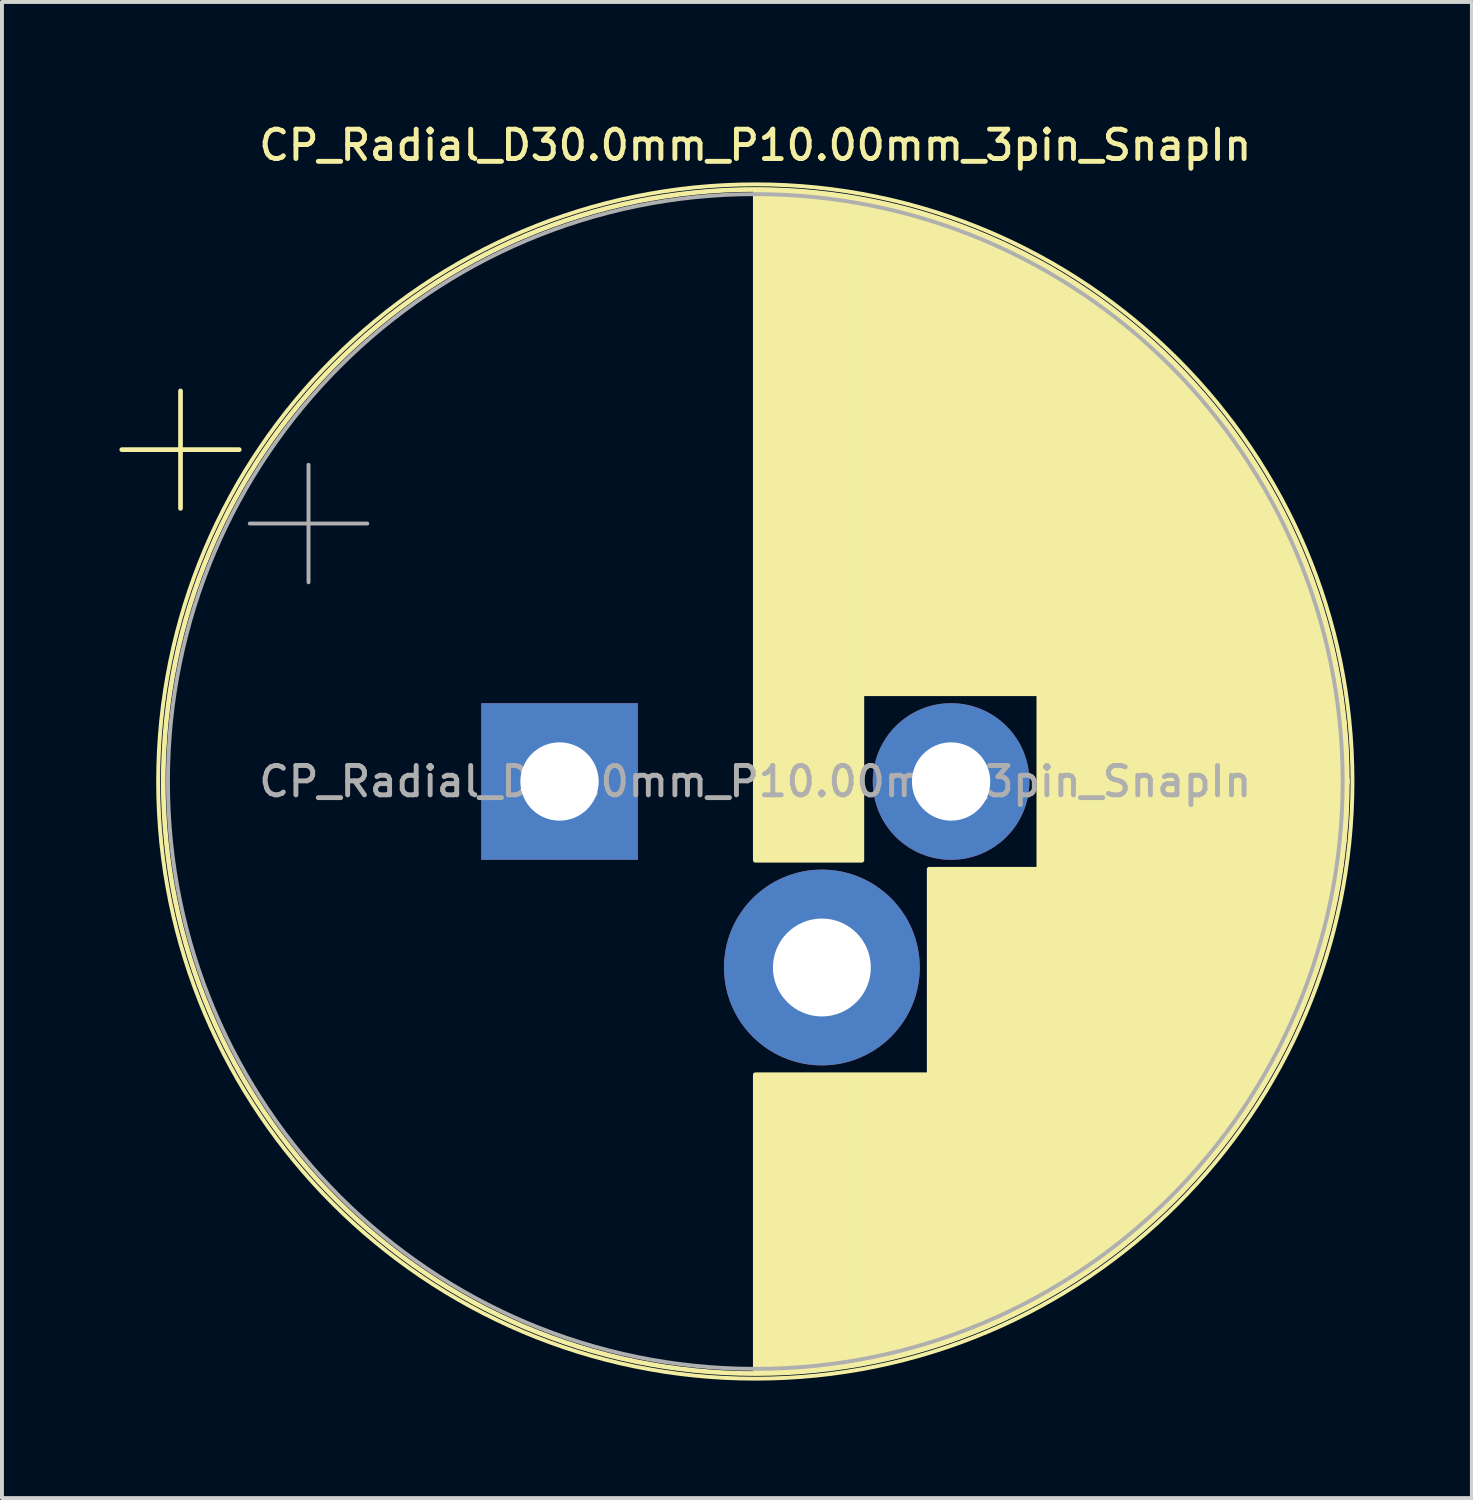
<source format=kicad_pcb>
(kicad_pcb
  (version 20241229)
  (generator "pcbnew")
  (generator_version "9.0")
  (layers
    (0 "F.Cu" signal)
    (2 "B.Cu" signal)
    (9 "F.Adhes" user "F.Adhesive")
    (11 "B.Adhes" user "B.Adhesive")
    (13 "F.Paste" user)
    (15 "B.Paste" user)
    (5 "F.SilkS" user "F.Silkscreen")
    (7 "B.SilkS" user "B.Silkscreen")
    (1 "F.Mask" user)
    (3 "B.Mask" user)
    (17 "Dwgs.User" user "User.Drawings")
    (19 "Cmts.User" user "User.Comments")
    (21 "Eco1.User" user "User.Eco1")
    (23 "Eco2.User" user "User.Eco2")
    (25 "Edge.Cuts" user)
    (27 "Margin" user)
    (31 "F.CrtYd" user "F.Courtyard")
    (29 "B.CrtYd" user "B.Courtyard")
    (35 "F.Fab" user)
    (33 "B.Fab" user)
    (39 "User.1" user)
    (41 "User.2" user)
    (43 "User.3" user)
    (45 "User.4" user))
  (footprint "CP_Radial_D30.0mm_P10.00mm_3pin_SnapIn"
    (layer "F.Cu")
    (at 11.239 16.908)
    (property "Reference" "CP_Radial_D30.0mm_P10.00mm_3pin_SnapIn" (at 5 -16.25 0) (layer "F.SilkS") (effects (font (size 0.75 0.75) (thickness 0.125))))
    (attr through_hole)
    (fp_line (start -11.179 -8.475) (end -8.179 -8.475) (stroke (width 0.12) (type solid)) (layer "F.SilkS"))
    (fp_line (start -9.679 -9.975) (end -9.679 -6.975) (stroke (width 0.12) (type solid)) (layer "F.SilkS"))
    (fp_line (start 5 -15.081) (end 5 2.01) (stroke (width 0.12) (type solid)) (layer "F.SilkS"))
    (fp_line (start 5 7.49) (end 5 15.081) (stroke (width 0.12) (type solid)) (layer "F.SilkS"))
    (fp_line (start 5.04 -15.08) (end 5.04 2.01) (stroke (width 0.12) (type solid)) (layer "F.SilkS"))
    (fp_line (start 5.04 7.49) (end 5.04 15.08) (stroke (width 0.12) (type solid)) (layer "F.SilkS"))
    (fp_line (start 5.08 -15.08) (end 5.08 2.01) (stroke (width 0.12) (type solid)) (layer "F.SilkS"))
    (fp_line (start 5.08 7.49) (end 5.08 15.08) (stroke (width 0.12) (type solid)) (layer "F.SilkS"))
    (fp_line (start 5.12 -15.08) (end 5.12 2.01) (stroke (width 0.12) (type solid)) (layer "F.SilkS"))
    (fp_line (start 5.12 7.49) (end 5.12 15.08) (stroke (width 0.12) (type solid)) (layer "F.SilkS"))
    (fp_line (start 5.16 -15.08) (end 5.16 2.01) (stroke (width 0.12) (type solid)) (layer "F.SilkS"))
    (fp_line (start 5.16 7.49) (end 5.16 15.08) (stroke (width 0.12) (type solid)) (layer "F.SilkS"))
    (fp_line (start 5.2 -15.079) (end 5.2 2.01) (stroke (width 0.12) (type solid)) (layer "F.SilkS"))
    (fp_line (start 5.2 7.49) (end 5.2 15.079) (stroke (width 0.12) (type solid)) (layer "F.SilkS"))
    (fp_line (start 5.24 -15.079) (end 5.24 2.01) (stroke (width 0.12) (type solid)) (layer "F.SilkS"))
    (fp_line (start 5.24 7.49) (end 5.24 15.079) (stroke (width 0.12) (type solid)) (layer "F.SilkS"))
    (fp_line (start 5.28 -15.078) (end 5.28 2.01) (stroke (width 0.12) (type solid)) (layer "F.SilkS"))
    (fp_line (start 5.28 7.49) (end 5.28 15.078) (stroke (width 0.12) (type solid)) (layer "F.SilkS"))
    (fp_line (start 5.32 -15.077) (end 5.32 2.01) (stroke (width 0.12) (type solid)) (layer "F.SilkS"))
    (fp_line (start 5.32 7.49) (end 5.32 15.077) (stroke (width 0.12) (type solid)) (layer "F.SilkS"))
    (fp_line (start 5.36 -15.076) (end 5.36 2.01) (stroke (width 0.12) (type solid)) (layer "F.SilkS"))
    (fp_line (start 5.36 7.49) (end 5.36 15.076) (stroke (width 0.12) (type solid)) (layer "F.SilkS"))
    (fp_line (start 5.4 -15.075) (end 5.4 2.01) (stroke (width 0.12) (type solid)) (layer "F.SilkS"))
    (fp_line (start 5.4 7.49) (end 5.4 15.075) (stroke (width 0.12) (type solid)) (layer "F.SilkS"))
    (fp_line (start 5.44 -15.074) (end 5.44 2.01) (stroke (width 0.12) (type solid)) (layer "F.SilkS"))
    (fp_line (start 5.44 7.49) (end 5.44 15.074) (stroke (width 0.12) (type solid)) (layer "F.SilkS"))
    (fp_line (start 5.48 -15.073) (end 5.48 2.01) (stroke (width 0.12) (type solid)) (layer "F.SilkS"))
    (fp_line (start 5.48 7.49) (end 5.48 15.073) (stroke (width 0.12) (type solid)) (layer "F.SilkS"))
    (fp_line (start 5.52 -15.072) (end 5.52 2.01) (stroke (width 0.12) (type solid)) (layer "F.SilkS"))
    (fp_line (start 5.52 7.49) (end 5.52 15.072) (stroke (width 0.12) (type solid)) (layer "F.SilkS"))
    (fp_line (start 5.56 -15.07) (end 5.56 2.01) (stroke (width 0.12) (type solid)) (layer "F.SilkS"))
    (fp_line (start 5.56 7.49) (end 5.56 15.07) (stroke (width 0.12) (type solid)) (layer "F.SilkS"))
    (fp_line (start 5.6 -15.069) (end 5.6 2.01) (stroke (width 0.12) (type solid)) (layer "F.SilkS"))
    (fp_line (start 5.6 7.49) (end 5.6 15.069) (stroke (width 0.12) (type solid)) (layer "F.SilkS"))
    (fp_line (start 5.64 -15.067) (end 5.64 2.01) (stroke (width 0.12) (type solid)) (layer "F.SilkS"))
    (fp_line (start 5.64 7.49) (end 5.64 15.067) (stroke (width 0.12) (type solid)) (layer "F.SilkS"))
    (fp_line (start 5.68 -15.065) (end 5.68 2.01) (stroke (width 0.12) (type solid)) (layer "F.SilkS"))
    (fp_line (start 5.68 7.49) (end 5.68 15.065) (stroke (width 0.12) (type solid)) (layer "F.SilkS"))
    (fp_line (start 5.721 -15.063) (end 5.721 2.01) (stroke (width 0.12) (type solid)) (layer "F.SilkS"))
    (fp_line (start 5.721 7.49) (end 5.721 15.063) (stroke (width 0.12) (type solid)) (layer "F.SilkS"))
    (fp_line (start 5.761 -15.061) (end 5.761 2.01) (stroke (width 0.12) (type solid)) (layer "F.SilkS"))
    (fp_line (start 5.761 7.49) (end 5.761 15.061) (stroke (width 0.12) (type solid)) (layer "F.SilkS"))
    (fp_line (start 5.801 -15.059) (end 5.801 2.01) (stroke (width 0.12) (type solid)) (layer "F.SilkS"))
    (fp_line (start 5.801 7.49) (end 5.801 15.059) (stroke (width 0.12) (type solid)) (layer "F.SilkS"))
    (fp_line (start 5.841 -15.057) (end 5.841 2.01) (stroke (width 0.12) (type solid)) (layer "F.SilkS"))
    (fp_line (start 5.841 7.49) (end 5.841 15.057) (stroke (width 0.12) (type solid)) (layer "F.SilkS"))
    (fp_line (start 5.881 -15.055) (end 5.881 2.01) (stroke (width 0.12) (type solid)) (layer "F.SilkS"))
    (fp_line (start 5.881 7.49) (end 5.881 15.055) (stroke (width 0.12) (type solid)) (layer "F.SilkS"))
    (fp_line (start 5.921 -15.052) (end 5.921 2.01) (stroke (width 0.12) (type solid)) (layer "F.SilkS"))
    (fp_line (start 5.921 7.49) (end 5.921 15.052) (stroke (width 0.12) (type solid)) (layer "F.SilkS"))
    (fp_line (start 5.961 -15.05) (end 5.961 2.01) (stroke (width 0.12) (type solid)) (layer "F.SilkS"))
    (fp_line (start 5.961 7.49) (end 5.961 15.05) (stroke (width 0.12) (type solid)) (layer "F.SilkS"))
    (fp_line (start 6.001 -15.047) (end 6.001 2.01) (stroke (width 0.12) (type solid)) (layer "F.SilkS"))
    (fp_line (start 6.001 7.49) (end 6.001 15.047) (stroke (width 0.12) (type solid)) (layer "F.SilkS"))
    (fp_line (start 6.041 -15.045) (end 6.041 2.01) (stroke (width 0.12) (type solid)) (layer "F.SilkS"))
    (fp_line (start 6.041 7.49) (end 6.041 15.045) (stroke (width 0.12) (type solid)) (layer "F.SilkS"))
    (fp_line (start 6.081 -15.042) (end 6.081 2.01) (stroke (width 0.12) (type solid)) (layer "F.SilkS"))
    (fp_line (start 6.081 7.49) (end 6.081 15.042) (stroke (width 0.12) (type solid)) (layer "F.SilkS"))
    (fp_line (start 6.121 -15.039) (end 6.121 2.01) (stroke (width 0.12) (type solid)) (layer "F.SilkS"))
    (fp_line (start 6.121 7.49) (end 6.121 15.039) (stroke (width 0.12) (type solid)) (layer "F.SilkS"))
    (fp_line (start 6.161 -15.036) (end 6.161 2.01) (stroke (width 0.12) (type solid)) (layer "F.SilkS"))
    (fp_line (start 6.161 7.49) (end 6.161 15.036) (stroke (width 0.12) (type solid)) (layer "F.SilkS"))
    (fp_line (start 6.201 -15.033) (end 6.201 2.01) (stroke (width 0.12) (type solid)) (layer "F.SilkS"))
    (fp_line (start 6.201 7.49) (end 6.201 15.033) (stroke (width 0.12) (type solid)) (layer "F.SilkS"))
    (fp_line (start 6.241 -15.03) (end 6.241 2.01) (stroke (width 0.12) (type solid)) (layer "F.SilkS"))
    (fp_line (start 6.241 7.49) (end 6.241 15.03) (stroke (width 0.12) (type solid)) (layer "F.SilkS"))
    (fp_line (start 6.281 -15.026) (end 6.281 2.01) (stroke (width 0.12) (type solid)) (layer "F.SilkS"))
    (fp_line (start 6.281 7.49) (end 6.281 15.026) (stroke (width 0.12) (type solid)) (layer "F.SilkS"))
    (fp_line (start 6.321 -15.023) (end 6.321 2.01) (stroke (width 0.12) (type solid)) (layer "F.SilkS"))
    (fp_line (start 6.321 7.49) (end 6.321 15.023) (stroke (width 0.12) (type solid)) (layer "F.SilkS"))
    (fp_line (start 6.361 -15.019) (end 6.361 2.01) (stroke (width 0.12) (type solid)) (layer "F.SilkS"))
    (fp_line (start 6.361 7.49) (end 6.361 15.019) (stroke (width 0.12) (type solid)) (layer "F.SilkS"))
    (fp_line (start 6.401 -15.016) (end 6.401 2.01) (stroke (width 0.12) (type solid)) (layer "F.SilkS"))
    (fp_line (start 6.401 7.49) (end 6.401 15.016) (stroke (width 0.12) (type solid)) (layer "F.SilkS"))
    (fp_line (start 6.441 -15.012) (end 6.441 2.01) (stroke (width 0.12) (type solid)) (layer "F.SilkS"))
    (fp_line (start 6.441 7.49) (end 6.441 15.012) (stroke (width 0.12) (type solid)) (layer "F.SilkS"))
    (fp_line (start 6.481 -15.008) (end 6.481 2.01) (stroke (width 0.12) (type solid)) (layer "F.SilkS"))
    (fp_line (start 6.481 7.49) (end 6.481 15.008) (stroke (width 0.12) (type solid)) (layer "F.SilkS"))
    (fp_line (start 6.521 -15.004) (end 6.521 2.01) (stroke (width 0.12) (type solid)) (layer "F.SilkS"))
    (fp_line (start 6.521 7.49) (end 6.521 15.004) (stroke (width 0.12) (type solid)) (layer "F.SilkS"))
    (fp_line (start 6.561 -15) (end 6.561 2.01) (stroke (width 0.12) (type solid)) (layer "F.SilkS"))
    (fp_line (start 6.561 7.49) (end 6.561 15) (stroke (width 0.12) (type solid)) (layer "F.SilkS"))
    (fp_line (start 6.601 -14.996) (end 6.601 2.01) (stroke (width 0.12) (type solid)) (layer "F.SilkS"))
    (fp_line (start 6.601 7.49) (end 6.601 14.996) (stroke (width 0.12) (type solid)) (layer "F.SilkS"))
    (fp_line (start 6.641 -14.991) (end 6.641 2.01) (stroke (width 0.12) (type solid)) (layer "F.SilkS"))
    (fp_line (start 6.641 7.49) (end 6.641 14.991) (stroke (width 0.12) (type solid)) (layer "F.SilkS"))
    (fp_line (start 6.681 -14.987) (end 6.681 2.01) (stroke (width 0.12) (type solid)) (layer "F.SilkS"))
    (fp_line (start 6.681 7.49) (end 6.681 14.987) (stroke (width 0.12) (type solid)) (layer "F.SilkS"))
    (fp_line (start 6.721 -14.982) (end 6.721 2.01) (stroke (width 0.12) (type solid)) (layer "F.SilkS"))
    (fp_line (start 6.721 7.49) (end 6.721 14.982) (stroke (width 0.12) (type solid)) (layer "F.SilkS"))
    (fp_line (start 6.761 -14.978) (end 6.761 2.01) (stroke (width 0.12) (type solid)) (layer "F.SilkS"))
    (fp_line (start 6.761 7.49) (end 6.761 14.978) (stroke (width 0.12) (type solid)) (layer "F.SilkS"))
    (fp_line (start 6.801 -14.973) (end 6.801 2.01) (stroke (width 0.12) (type solid)) (layer "F.SilkS"))
    (fp_line (start 6.801 7.49) (end 6.801 14.973) (stroke (width 0.12) (type solid)) (layer "F.SilkS"))
    (fp_line (start 6.841 -14.968) (end 6.841 2.01) (stroke (width 0.12) (type solid)) (layer "F.SilkS"))
    (fp_line (start 6.841 7.49) (end 6.841 14.968) (stroke (width 0.12) (type solid)) (layer "F.SilkS"))
    (fp_line (start 6.881 -14.963) (end 6.881 2.01) (stroke (width 0.12) (type solid)) (layer "F.SilkS"))
    (fp_line (start 6.881 7.49) (end 6.881 14.963) (stroke (width 0.12) (type solid)) (layer "F.SilkS"))
    (fp_line (start 6.921 -14.958) (end 6.921 2.01) (stroke (width 0.12) (type solid)) (layer "F.SilkS"))
    (fp_line (start 6.921 7.49) (end 6.921 14.958) (stroke (width 0.12) (type solid)) (layer "F.SilkS"))
    (fp_line (start 6.961 -14.953) (end 6.961 2.01) (stroke (width 0.12) (type solid)) (layer "F.SilkS"))
    (fp_line (start 6.961 7.49) (end 6.961 14.953) (stroke (width 0.12) (type solid)) (layer "F.SilkS"))
    (fp_line (start 7.001 -14.948) (end 7.001 2.01) (stroke (width 0.12) (type solid)) (layer "F.SilkS"))
    (fp_line (start 7.001 7.49) (end 7.001 14.948) (stroke (width 0.12) (type solid)) (layer "F.SilkS"))
    (fp_line (start 7.041 -14.942) (end 7.041 2.01) (stroke (width 0.12) (type solid)) (layer "F.SilkS"))
    (fp_line (start 7.041 7.49) (end 7.041 14.942) (stroke (width 0.12) (type solid)) (layer "F.SilkS"))
    (fp_line (start 7.081 -14.937) (end 7.081 2.01) (stroke (width 0.12) (type solid)) (layer "F.SilkS"))
    (fp_line (start 7.081 7.49) (end 7.081 14.937) (stroke (width 0.12) (type solid)) (layer "F.SilkS"))
    (fp_line (start 7.121 -14.931) (end 7.121 2.01) (stroke (width 0.12) (type solid)) (layer "F.SilkS"))
    (fp_line (start 7.121 7.49) (end 7.121 14.931) (stroke (width 0.12) (type solid)) (layer "F.SilkS"))
    (fp_line (start 7.161 -14.925) (end 7.161 2.01) (stroke (width 0.12) (type solid)) (layer "F.SilkS"))
    (fp_line (start 7.161 7.49) (end 7.161 14.925) (stroke (width 0.12) (type solid)) (layer "F.SilkS"))
    (fp_line (start 7.201 -14.92) (end 7.201 2.01) (stroke (width 0.12) (type solid)) (layer "F.SilkS"))
    (fp_line (start 7.201 7.49) (end 7.201 14.92) (stroke (width 0.12) (type solid)) (layer "F.SilkS"))
    (fp_line (start 7.241 -14.914) (end 7.241 2.01) (stroke (width 0.12) (type solid)) (layer "F.SilkS"))
    (fp_line (start 7.241 7.49) (end 7.241 14.914) (stroke (width 0.12) (type solid)) (layer "F.SilkS"))
    (fp_line (start 7.281 -14.908) (end 7.281 2.01) (stroke (width 0.12) (type solid)) (layer "F.SilkS"))
    (fp_line (start 7.281 7.49) (end 7.281 14.908) (stroke (width 0.12) (type solid)) (layer "F.SilkS"))
    (fp_line (start 7.321 -14.901) (end 7.321 2.01) (stroke (width 0.12) (type solid)) (layer "F.SilkS"))
    (fp_line (start 7.321 7.49) (end 7.321 14.901) (stroke (width 0.12) (type solid)) (layer "F.SilkS"))
    (fp_line (start 7.361 -14.895) (end 7.361 2.01) (stroke (width 0.12) (type solid)) (layer "F.SilkS"))
    (fp_line (start 7.361 7.49) (end 7.361 14.895) (stroke (width 0.12) (type solid)) (layer "F.SilkS"))
    (fp_line (start 7.401 -14.889) (end 7.401 2.01) (stroke (width 0.12) (type solid)) (layer "F.SilkS"))
    (fp_line (start 7.401 7.49) (end 7.401 14.889) (stroke (width 0.12) (type solid)) (layer "F.SilkS"))
    (fp_line (start 7.441 -14.882) (end 7.441 2.01) (stroke (width 0.12) (type solid)) (layer "F.SilkS"))
    (fp_line (start 7.441 7.49) (end 7.441 14.882) (stroke (width 0.12) (type solid)) (layer "F.SilkS"))
    (fp_line (start 7.481 -14.876) (end 7.481 2.01) (stroke (width 0.12) (type solid)) (layer "F.SilkS"))
    (fp_line (start 7.481 7.49) (end 7.481 14.876) (stroke (width 0.12) (type solid)) (layer "F.SilkS"))
    (fp_line (start 7.521 -14.869) (end 7.521 2.01) (stroke (width 0.12) (type solid)) (layer "F.SilkS"))
    (fp_line (start 7.521 7.49) (end 7.521 14.869) (stroke (width 0.12) (type solid)) (layer "F.SilkS"))
    (fp_line (start 7.561 -14.862) (end 7.561 2.01) (stroke (width 0.12) (type solid)) (layer "F.SilkS"))
    (fp_line (start 7.561 7.49) (end 7.561 14.862) (stroke (width 0.12) (type solid)) (layer "F.SilkS"))
    (fp_line (start 7.601 -14.855) (end 7.601 2.01) (stroke (width 0.12) (type solid)) (layer "F.SilkS"))
    (fp_line (start 7.601 7.49) (end 7.601 14.855) (stroke (width 0.12) (type solid)) (layer "F.SilkS"))
    (fp_line (start 7.641 -14.848) (end 7.641 2.01) (stroke (width 0.12) (type solid)) (layer "F.SilkS"))
    (fp_line (start 7.641 7.49) (end 7.641 14.848) (stroke (width 0.12) (type solid)) (layer "F.SilkS"))
    (fp_line (start 7.681 -14.841) (end 7.681 2.01) (stroke (width 0.12) (type solid)) (layer "F.SilkS"))
    (fp_line (start 7.681 7.49) (end 7.681 14.841) (stroke (width 0.12) (type solid)) (layer "F.SilkS"))
    (fp_line (start 7.721 -14.834) (end 7.721 2.01) (stroke (width 0.12) (type solid)) (layer "F.SilkS"))
    (fp_line (start 7.721 7.49) (end 7.721 14.834) (stroke (width 0.12) (type solid)) (layer "F.SilkS"))
    (fp_line (start 7.761 -14.826) (end 7.761 -2.24) (stroke (width 0.12) (type solid)) (layer "F.SilkS"))
    (fp_line (start 7.761 7.49) (end 7.761 14.826) (stroke (width 0.12) (type solid)) (layer "F.SilkS"))
    (fp_line (start 7.801 -14.819) (end 7.801 -2.24) (stroke (width 0.12) (type solid)) (layer "F.SilkS"))
    (fp_line (start 7.801 7.49) (end 7.801 14.819) (stroke (width 0.12) (type solid)) (layer "F.SilkS"))
    (fp_line (start 7.841 -14.811) (end 7.841 -2.24) (stroke (width 0.12) (type solid)) (layer "F.SilkS"))
    (fp_line (start 7.841 7.49) (end 7.841 14.811) (stroke (width 0.12) (type solid)) (layer "F.SilkS"))
    (fp_line (start 7.881 -14.804) (end 7.881 -2.24) (stroke (width 0.12) (type solid)) (layer "F.SilkS"))
    (fp_line (start 7.881 7.49) (end 7.881 14.804) (stroke (width 0.12) (type solid)) (layer "F.SilkS"))
    (fp_line (start 7.921 -14.796) (end 7.921 -2.24) (stroke (width 0.12) (type solid)) (layer "F.SilkS"))
    (fp_line (start 7.921 7.49) (end 7.921 14.796) (stroke (width 0.12) (type solid)) (layer "F.SilkS"))
    (fp_line (start 7.961 -14.788) (end 7.961 -2.24) (stroke (width 0.12) (type solid)) (layer "F.SilkS"))
    (fp_line (start 7.961 7.49) (end 7.961 14.788) (stroke (width 0.12) (type solid)) (layer "F.SilkS"))
    (fp_line (start 8.001 -14.78) (end 8.001 -2.24) (stroke (width 0.12) (type solid)) (layer "F.SilkS"))
    (fp_line (start 8.001 7.49) (end 8.001 14.78) (stroke (width 0.12) (type solid)) (layer "F.SilkS"))
    (fp_line (start 8.041 -14.772) (end 8.041 -2.24) (stroke (width 0.12) (type solid)) (layer "F.SilkS"))
    (fp_line (start 8.041 7.49) (end 8.041 14.772) (stroke (width 0.12) (type solid)) (layer "F.SilkS"))
    (fp_line (start 8.081 -14.763) (end 8.081 -2.24) (stroke (width 0.12) (type solid)) (layer "F.SilkS"))
    (fp_line (start 8.081 7.49) (end 8.081 14.763) (stroke (width 0.12) (type solid)) (layer "F.SilkS"))
    (fp_line (start 8.121 -14.755) (end 8.121 -2.24) (stroke (width 0.12) (type solid)) (layer "F.SilkS"))
    (fp_line (start 8.121 7.49) (end 8.121 14.755) (stroke (width 0.12) (type solid)) (layer "F.SilkS"))
    (fp_line (start 8.161 -14.747) (end 8.161 -2.24) (stroke (width 0.12) (type solid)) (layer "F.SilkS"))
    (fp_line (start 8.161 7.49) (end 8.161 14.747) (stroke (width 0.12) (type solid)) (layer "F.SilkS"))
    (fp_line (start 8.201 -14.738) (end 8.201 -2.24) (stroke (width 0.12) (type solid)) (layer "F.SilkS"))
    (fp_line (start 8.201 7.49) (end 8.201 14.738) (stroke (width 0.12) (type solid)) (layer "F.SilkS"))
    (fp_line (start 8.241 -14.729) (end 8.241 -2.24) (stroke (width 0.12) (type solid)) (layer "F.SilkS"))
    (fp_line (start 8.241 7.49) (end 8.241 14.729) (stroke (width 0.12) (type solid)) (layer "F.SilkS"))
    (fp_line (start 8.281 -14.72) (end 8.281 -2.24) (stroke (width 0.12) (type solid)) (layer "F.SilkS"))
    (fp_line (start 8.281 7.49) (end 8.281 14.72) (stroke (width 0.12) (type solid)) (layer "F.SilkS"))
    (fp_line (start 8.321 -14.711) (end 8.321 -2.24) (stroke (width 0.12) (type solid)) (layer "F.SilkS"))
    (fp_line (start 8.321 7.49) (end 8.321 14.711) (stroke (width 0.12) (type solid)) (layer "F.SilkS"))
    (fp_line (start 8.361 -14.702) (end 8.361 -2.24) (stroke (width 0.12) (type solid)) (layer "F.SilkS"))
    (fp_line (start 8.361 7.49) (end 8.361 14.702) (stroke (width 0.12) (type solid)) (layer "F.SilkS"))
    (fp_line (start 8.401 -14.693) (end 8.401 -2.24) (stroke (width 0.12) (type solid)) (layer "F.SilkS"))
    (fp_line (start 8.401 7.49) (end 8.401 14.693) (stroke (width 0.12) (type solid)) (layer "F.SilkS"))
    (fp_line (start 8.441 -14.684) (end 8.441 -2.24) (stroke (width 0.12) (type solid)) (layer "F.SilkS"))
    (fp_line (start 8.441 7.49) (end 8.441 14.684) (stroke (width 0.12) (type solid)) (layer "F.SilkS"))
    (fp_line (start 8.481 -14.675) (end 8.481 -2.24) (stroke (width 0.12) (type solid)) (layer "F.SilkS"))
    (fp_line (start 8.481 7.49) (end 8.481 14.675) (stroke (width 0.12) (type solid)) (layer "F.SilkS"))
    (fp_line (start 8.521 -14.665) (end 8.521 -2.24) (stroke (width 0.12) (type solid)) (layer "F.SilkS"))
    (fp_line (start 8.521 7.49) (end 8.521 14.665) (stroke (width 0.12) (type solid)) (layer "F.SilkS"))
    (fp_line (start 8.561 -14.655) (end 8.561 -2.24) (stroke (width 0.12) (type solid)) (layer "F.SilkS"))
    (fp_line (start 8.561 7.49) (end 8.561 14.655) (stroke (width 0.12) (type solid)) (layer "F.SilkS"))
    (fp_line (start 8.601 -14.646) (end 8.601 -2.24) (stroke (width 0.12) (type solid)) (layer "F.SilkS"))
    (fp_line (start 8.601 7.49) (end 8.601 14.646) (stroke (width 0.12) (type solid)) (layer "F.SilkS"))
    (fp_line (start 8.641 -14.636) (end 8.641 -2.24) (stroke (width 0.12) (type solid)) (layer "F.SilkS"))
    (fp_line (start 8.641 7.49) (end 8.641 14.636) (stroke (width 0.12) (type solid)) (layer "F.SilkS"))
    (fp_line (start 8.681 -14.626) (end 8.681 -2.24) (stroke (width 0.12) (type solid)) (layer "F.SilkS"))
    (fp_line (start 8.681 7.49) (end 8.681 14.626) (stroke (width 0.12) (type solid)) (layer "F.SilkS"))
    (fp_line (start 8.721 -14.616) (end 8.721 -2.24) (stroke (width 0.12) (type solid)) (layer "F.SilkS"))
    (fp_line (start 8.721 7.49) (end 8.721 14.616) (stroke (width 0.12) (type solid)) (layer "F.SilkS"))
    (fp_line (start 8.761 -14.606) (end 8.761 -2.24) (stroke (width 0.12) (type solid)) (layer "F.SilkS"))
    (fp_line (start 8.761 7.49) (end 8.761 14.606) (stroke (width 0.12) (type solid)) (layer "F.SilkS"))
    (fp_line (start 8.801 -14.595) (end 8.801 -2.24) (stroke (width 0.12) (type solid)) (layer "F.SilkS"))
    (fp_line (start 8.801 7.49) (end 8.801 14.595) (stroke (width 0.12) (type solid)) (layer "F.SilkS"))
    (fp_line (start 8.841 -14.585) (end 8.841 -2.24) (stroke (width 0.12) (type solid)) (layer "F.SilkS"))
    (fp_line (start 8.841 7.49) (end 8.841 14.585) (stroke (width 0.12) (type solid)) (layer "F.SilkS"))
    (fp_line (start 8.881 -14.574) (end 8.881 -2.24) (stroke (width 0.12) (type solid)) (layer "F.SilkS"))
    (fp_line (start 8.881 7.49) (end 8.881 14.574) (stroke (width 0.12) (type solid)) (layer "F.SilkS"))
    (fp_line (start 8.921 -14.564) (end 8.921 -2.24) (stroke (width 0.12) (type solid)) (layer "F.SilkS"))
    (fp_line (start 8.921 7.49) (end 8.921 14.564) (stroke (width 0.12) (type solid)) (layer "F.SilkS"))
    (fp_line (start 8.961 -14.553) (end 8.961 -2.24) (stroke (width 0.12) (type solid)) (layer "F.SilkS"))
    (fp_line (start 8.961 7.49) (end 8.961 14.553) (stroke (width 0.12) (type solid)) (layer "F.SilkS"))
    (fp_line (start 9.001 -14.542) (end 9.001 -2.24) (stroke (width 0.12) (type solid)) (layer "F.SilkS"))
    (fp_line (start 9.001 7.49) (end 9.001 14.542) (stroke (width 0.12) (type solid)) (layer "F.SilkS"))
    (fp_line (start 9.041 -14.531) (end 9.041 -2.24) (stroke (width 0.12) (type solid)) (layer "F.SilkS"))
    (fp_line (start 9.041 7.49) (end 9.041 14.531) (stroke (width 0.12) (type solid)) (layer "F.SilkS"))
    (fp_line (start 9.081 -14.52) (end 9.081 -2.24) (stroke (width 0.12) (type solid)) (layer "F.SilkS"))
    (fp_line (start 9.081 7.49) (end 9.081 14.52) (stroke (width 0.12) (type solid)) (layer "F.SilkS"))
    (fp_line (start 9.121 -14.508) (end 9.121 -2.24) (stroke (width 0.12) (type solid)) (layer "F.SilkS"))
    (fp_line (start 9.121 7.49) (end 9.121 14.508) (stroke (width 0.12) (type solid)) (layer "F.SilkS"))
    (fp_line (start 9.161 -14.497) (end 9.161 -2.24) (stroke (width 0.12) (type solid)) (layer "F.SilkS"))
    (fp_line (start 9.161 7.49) (end 9.161 14.497) (stroke (width 0.12) (type solid)) (layer "F.SilkS"))
    (fp_line (start 9.201 -14.485) (end 9.201 -2.24) (stroke (width 0.12) (type solid)) (layer "F.SilkS"))
    (fp_line (start 9.201 7.49) (end 9.201 14.485) (stroke (width 0.12) (type solid)) (layer "F.SilkS"))
    (fp_line (start 9.241 -14.474) (end 9.241 -2.24) (stroke (width 0.12) (type solid)) (layer "F.SilkS"))
    (fp_line (start 9.241 7.49) (end 9.241 14.474) (stroke (width 0.12) (type solid)) (layer "F.SilkS"))
    (fp_line (start 9.281 -14.462) (end 9.281 -2.24) (stroke (width 0.12) (type solid)) (layer "F.SilkS"))
    (fp_line (start 9.281 7.49) (end 9.281 14.462) (stroke (width 0.12) (type solid)) (layer "F.SilkS"))
    (fp_line (start 9.321 -14.45) (end 9.321 -2.24) (stroke (width 0.12) (type solid)) (layer "F.SilkS"))
    (fp_line (start 9.321 7.49) (end 9.321 14.45) (stroke (width 0.12) (type solid)) (layer "F.SilkS"))
    (fp_line (start 9.361 -14.438) (end 9.361 -2.24) (stroke (width 0.12) (type solid)) (layer "F.SilkS"))
    (fp_line (start 9.361 7.49) (end 9.361 14.438) (stroke (width 0.12) (type solid)) (layer "F.SilkS"))
    (fp_line (start 9.401 -14.426) (end 9.401 -2.24) (stroke (width 0.12) (type solid)) (layer "F.SilkS"))
    (fp_line (start 9.401 7.49) (end 9.401 14.426) (stroke (width 0.12) (type solid)) (layer "F.SilkS"))
    (fp_line (start 9.441 -14.414) (end 9.441 -2.24) (stroke (width 0.12) (type solid)) (layer "F.SilkS"))
    (fp_line (start 9.441 2.24) (end 9.441 14.414) (stroke (width 0.12) (type solid)) (layer "F.SilkS"))
    (fp_line (start 9.481 -14.402) (end 9.481 -2.24) (stroke (width 0.12) (type solid)) (layer "F.SilkS"))
    (fp_line (start 9.481 2.24) (end 9.481 14.402) (stroke (width 0.12) (type solid)) (layer "F.SilkS"))
    (fp_line (start 9.521 -14.389) (end 9.521 -2.24) (stroke (width 0.12) (type solid)) (layer "F.SilkS"))
    (fp_line (start 9.521 2.24) (end 9.521 14.389) (stroke (width 0.12) (type solid)) (layer "F.SilkS"))
    (fp_line (start 9.561 -14.376) (end 9.561 -2.24) (stroke (width 0.12) (type solid)) (layer "F.SilkS"))
    (fp_line (start 9.561 2.24) (end 9.561 14.376) (stroke (width 0.12) (type solid)) (layer "F.SilkS"))
    (fp_line (start 9.601 -14.364) (end 9.601 -2.24) (stroke (width 0.12) (type solid)) (layer "F.SilkS"))
    (fp_line (start 9.601 2.24) (end 9.601 14.364) (stroke (width 0.12) (type solid)) (layer "F.SilkS"))
    (fp_line (start 9.641 -14.351) (end 9.641 -2.24) (stroke (width 0.12) (type solid)) (layer "F.SilkS"))
    (fp_line (start 9.641 2.24) (end 9.641 14.351) (stroke (width 0.12) (type solid)) (layer "F.SilkS"))
    (fp_line (start 9.681 -14.338) (end 9.681 -2.24) (stroke (width 0.12) (type solid)) (layer "F.SilkS"))
    (fp_line (start 9.681 2.24) (end 9.681 14.338) (stroke (width 0.12) (type solid)) (layer "F.SilkS"))
    (fp_line (start 9.721 -14.325) (end 9.721 -2.24) (stroke (width 0.12) (type solid)) (layer "F.SilkS"))
    (fp_line (start 9.721 2.24) (end 9.721 14.325) (stroke (width 0.12) (type solid)) (layer "F.SilkS"))
    (fp_line (start 9.761 -14.312) (end 9.761 -2.24) (stroke (width 0.12) (type solid)) (layer "F.SilkS"))
    (fp_line (start 9.761 2.24) (end 9.761 14.312) (stroke (width 0.12) (type solid)) (layer "F.SilkS"))
    (fp_line (start 9.801 -14.298) (end 9.801 -2.24) (stroke (width 0.12) (type solid)) (layer "F.SilkS"))
    (fp_line (start 9.801 2.24) (end 9.801 14.298) (stroke (width 0.12) (type solid)) (layer "F.SilkS"))
    (fp_line (start 9.841 -14.285) (end 9.841 -2.24) (stroke (width 0.12) (type solid)) (layer "F.SilkS"))
    (fp_line (start 9.841 2.24) (end 9.841 14.285) (stroke (width 0.12) (type solid)) (layer "F.SilkS"))
    (fp_line (start 9.881 -14.271) (end 9.881 -2.24) (stroke (width 0.12) (type solid)) (layer "F.SilkS"))
    (fp_line (start 9.881 2.24) (end 9.881 14.271) (stroke (width 0.12) (type solid)) (layer "F.SilkS"))
    (fp_line (start 9.921 -14.258) (end 9.921 -2.24) (stroke (width 0.12) (type solid)) (layer "F.SilkS"))
    (fp_line (start 9.921 2.24) (end 9.921 14.258) (stroke (width 0.12) (type solid)) (layer "F.SilkS"))
    (fp_line (start 9.961 -14.244) (end 9.961 -2.24) (stroke (width 0.12) (type solid)) (layer "F.SilkS"))
    (fp_line (start 9.961 2.24) (end 9.961 14.244) (stroke (width 0.12) (type solid)) (layer "F.SilkS"))
    (fp_line (start 10.001 -14.23) (end 10.001 -2.24) (stroke (width 0.12) (type solid)) (layer "F.SilkS"))
    (fp_line (start 10.001 2.24) (end 10.001 14.23) (stroke (width 0.12) (type solid)) (layer "F.SilkS"))
    (fp_line (start 10.041 -14.216) (end 10.041 -2.24) (stroke (width 0.12) (type solid)) (layer "F.SilkS"))
    (fp_line (start 10.041 2.24) (end 10.041 14.216) (stroke (width 0.12) (type solid)) (layer "F.SilkS"))
    (fp_line (start 10.081 -14.202) (end 10.081 -2.24) (stroke (width 0.12) (type solid)) (layer "F.SilkS"))
    (fp_line (start 10.081 2.24) (end 10.081 14.202) (stroke (width 0.12) (type solid)) (layer "F.SilkS"))
    (fp_line (start 10.121 -14.187) (end 10.121 -2.24) (stroke (width 0.12) (type solid)) (layer "F.SilkS"))
    (fp_line (start 10.121 2.24) (end 10.121 14.187) (stroke (width 0.12) (type solid)) (layer "F.SilkS"))
    (fp_line (start 10.161 -14.173) (end 10.161 -2.24) (stroke (width 0.12) (type solid)) (layer "F.SilkS"))
    (fp_line (start 10.161 2.24) (end 10.161 14.173) (stroke (width 0.12) (type solid)) (layer "F.SilkS"))
    (fp_line (start 10.201 -14.158) (end 10.201 -2.24) (stroke (width 0.12) (type solid)) (layer "F.SilkS"))
    (fp_line (start 10.201 2.24) (end 10.201 14.158) (stroke (width 0.12) (type solid)) (layer "F.SilkS"))
    (fp_line (start 10.241 -14.143) (end 10.241 -2.24) (stroke (width 0.12) (type solid)) (layer "F.SilkS"))
    (fp_line (start 10.241 2.24) (end 10.241 14.143) (stroke (width 0.12) (type solid)) (layer "F.SilkS"))
    (fp_line (start 10.281 -14.129) (end 10.281 -2.24) (stroke (width 0.12) (type solid)) (layer "F.SilkS"))
    (fp_line (start 10.281 2.24) (end 10.281 14.129) (stroke (width 0.12) (type solid)) (layer "F.SilkS"))
    (fp_line (start 10.321 -14.114) (end 10.321 -2.24) (stroke (width 0.12) (type solid)) (layer "F.SilkS"))
    (fp_line (start 10.321 2.24) (end 10.321 14.114) (stroke (width 0.12) (type solid)) (layer "F.SilkS"))
    (fp_line (start 10.361 -14.099) (end 10.361 -2.24) (stroke (width 0.12) (type solid)) (layer "F.SilkS"))
    (fp_line (start 10.361 2.24) (end 10.361 14.099) (stroke (width 0.12) (type solid)) (layer "F.SilkS"))
    (fp_line (start 10.401 -14.083) (end 10.401 -2.24) (stroke (width 0.12) (type solid)) (layer "F.SilkS"))
    (fp_line (start 10.401 2.24) (end 10.401 14.083) (stroke (width 0.12) (type solid)) (layer "F.SilkS"))
    (fp_line (start 10.441 -14.068) (end 10.441 -2.24) (stroke (width 0.12) (type solid)) (layer "F.SilkS"))
    (fp_line (start 10.441 2.24) (end 10.441 14.068) (stroke (width 0.12) (type solid)) (layer "F.SilkS"))
    (fp_line (start 10.481 -14.052) (end 10.481 -2.24) (stroke (width 0.12) (type solid)) (layer "F.SilkS"))
    (fp_line (start 10.481 2.24) (end 10.481 14.052) (stroke (width 0.12) (type solid)) (layer "F.SilkS"))
    (fp_line (start 10.521 -14.037) (end 10.521 -2.24) (stroke (width 0.12) (type solid)) (layer "F.SilkS"))
    (fp_line (start 10.521 2.24) (end 10.521 14.037) (stroke (width 0.12) (type solid)) (layer "F.SilkS"))
    (fp_line (start 10.561 -14.021) (end 10.561 -2.24) (stroke (width 0.12) (type solid)) (layer "F.SilkS"))
    (fp_line (start 10.561 2.24) (end 10.561 14.021) (stroke (width 0.12) (type solid)) (layer "F.SilkS"))
    (fp_line (start 10.601 -14.005) (end 10.601 -2.24) (stroke (width 0.12) (type solid)) (layer "F.SilkS"))
    (fp_line (start 10.601 2.24) (end 10.601 14.005) (stroke (width 0.12) (type solid)) (layer "F.SilkS"))
    (fp_line (start 10.641 -13.989) (end 10.641 -2.24) (stroke (width 0.12) (type solid)) (layer "F.SilkS"))
    (fp_line (start 10.641 2.24) (end 10.641 13.989) (stroke (width 0.12) (type solid)) (layer "F.SilkS"))
    (fp_line (start 10.681 -13.973) (end 10.681 -2.24) (stroke (width 0.12) (type solid)) (layer "F.SilkS"))
    (fp_line (start 10.681 2.24) (end 10.681 13.973) (stroke (width 0.12) (type solid)) (layer "F.SilkS"))
    (fp_line (start 10.721 -13.957) (end 10.721 -2.24) (stroke (width 0.12) (type solid)) (layer "F.SilkS"))
    (fp_line (start 10.721 2.24) (end 10.721 13.957) (stroke (width 0.12) (type solid)) (layer "F.SilkS"))
    (fp_line (start 10.761 -13.94) (end 10.761 -2.24) (stroke (width 0.12) (type solid)) (layer "F.SilkS"))
    (fp_line (start 10.761 2.24) (end 10.761 13.94) (stroke (width 0.12) (type solid)) (layer "F.SilkS"))
    (fp_line (start 10.801 -13.924) (end 10.801 -2.24) (stroke (width 0.12) (type solid)) (layer "F.SilkS"))
    (fp_line (start 10.801 2.24) (end 10.801 13.924) (stroke (width 0.12) (type solid)) (layer "F.SilkS"))
    (fp_line (start 10.841 -13.907) (end 10.841 -2.24) (stroke (width 0.12) (type solid)) (layer "F.SilkS"))
    (fp_line (start 10.841 2.24) (end 10.841 13.907) (stroke (width 0.12) (type solid)) (layer "F.SilkS"))
    (fp_line (start 10.881 -13.89) (end 10.881 -2.24) (stroke (width 0.12) (type solid)) (layer "F.SilkS"))
    (fp_line (start 10.881 2.24) (end 10.881 13.89) (stroke (width 0.12) (type solid)) (layer "F.SilkS"))
    (fp_line (start 10.921 -13.873) (end 10.921 -2.24) (stroke (width 0.12) (type solid)) (layer "F.SilkS"))
    (fp_line (start 10.921 2.24) (end 10.921 13.873) (stroke (width 0.12) (type solid)) (layer "F.SilkS"))
    (fp_line (start 10.961 -13.856) (end 10.961 -2.24) (stroke (width 0.12) (type solid)) (layer "F.SilkS"))
    (fp_line (start 10.961 2.24) (end 10.961 13.856) (stroke (width 0.12) (type solid)) (layer "F.SilkS"))
    (fp_line (start 11.001 -13.839) (end 11.001 -2.24) (stroke (width 0.12) (type solid)) (layer "F.SilkS"))
    (fp_line (start 11.001 2.24) (end 11.001 13.839) (stroke (width 0.12) (type solid)) (layer "F.SilkS"))
    (fp_line (start 11.041 -13.822) (end 11.041 -2.24) (stroke (width 0.12) (type solid)) (layer "F.SilkS"))
    (fp_line (start 11.041 2.24) (end 11.041 13.822) (stroke (width 0.12) (type solid)) (layer "F.SilkS"))
    (fp_line (start 11.081 -13.804) (end 11.081 -2.24) (stroke (width 0.12) (type solid)) (layer "F.SilkS"))
    (fp_line (start 11.081 2.24) (end 11.081 13.804) (stroke (width 0.12) (type solid)) (layer "F.SilkS"))
    (fp_line (start 11.121 -13.787) (end 11.121 -2.24) (stroke (width 0.12) (type solid)) (layer "F.SilkS"))
    (fp_line (start 11.121 2.24) (end 11.121 13.787) (stroke (width 0.12) (type solid)) (layer "F.SilkS"))
    (fp_line (start 11.161 -13.769) (end 11.161 -2.24) (stroke (width 0.12) (type solid)) (layer "F.SilkS"))
    (fp_line (start 11.161 2.24) (end 11.161 13.769) (stroke (width 0.12) (type solid)) (layer "F.SilkS"))
    (fp_line (start 11.201 -13.751) (end 11.201 -2.24) (stroke (width 0.12) (type solid)) (layer "F.SilkS"))
    (fp_line (start 11.201 2.24) (end 11.201 13.751) (stroke (width 0.12) (type solid)) (layer "F.SilkS"))
    (fp_line (start 11.241 -13.733) (end 11.241 -2.24) (stroke (width 0.12) (type solid)) (layer "F.SilkS"))
    (fp_line (start 11.241 2.24) (end 11.241 13.733) (stroke (width 0.12) (type solid)) (layer "F.SilkS"))
    (fp_line (start 11.281 -13.715) (end 11.281 -2.24) (stroke (width 0.12) (type solid)) (layer "F.SilkS"))
    (fp_line (start 11.281 2.24) (end 11.281 13.715) (stroke (width 0.12) (type solid)) (layer "F.SilkS"))
    (fp_line (start 11.321 -13.696) (end 11.321 -2.24) (stroke (width 0.12) (type solid)) (layer "F.SilkS"))
    (fp_line (start 11.321 2.24) (end 11.321 13.696) (stroke (width 0.12) (type solid)) (layer "F.SilkS"))
    (fp_line (start 11.361 -13.678) (end 11.361 -2.24) (stroke (width 0.12) (type solid)) (layer "F.SilkS"))
    (fp_line (start 11.361 2.24) (end 11.361 13.678) (stroke (width 0.12) (type solid)) (layer "F.SilkS"))
    (fp_line (start 11.401 -13.659) (end 11.401 -2.24) (stroke (width 0.12) (type solid)) (layer "F.SilkS"))
    (fp_line (start 11.401 2.24) (end 11.401 13.659) (stroke (width 0.12) (type solid)) (layer "F.SilkS"))
    (fp_line (start 11.441 -13.64) (end 11.441 -2.24) (stroke (width 0.12) (type solid)) (layer "F.SilkS"))
    (fp_line (start 11.441 2.24) (end 11.441 13.64) (stroke (width 0.12) (type solid)) (layer "F.SilkS"))
    (fp_line (start 11.481 -13.622) (end 11.481 -2.24) (stroke (width 0.12) (type solid)) (layer "F.SilkS"))
    (fp_line (start 11.481 2.24) (end 11.481 13.622) (stroke (width 0.12) (type solid)) (layer "F.SilkS"))
    (fp_line (start 11.521 -13.602) (end 11.521 -2.24) (stroke (width 0.12) (type solid)) (layer "F.SilkS"))
    (fp_line (start 11.521 2.24) (end 11.521 13.602) (stroke (width 0.12) (type solid)) (layer "F.SilkS"))
    (fp_line (start 11.561 -13.583) (end 11.561 -2.24) (stroke (width 0.12) (type solid)) (layer "F.SilkS"))
    (fp_line (start 11.561 2.24) (end 11.561 13.583) (stroke (width 0.12) (type solid)) (layer "F.SilkS"))
    (fp_line (start 11.601 -13.564) (end 11.601 -2.24) (stroke (width 0.12) (type solid)) (layer "F.SilkS"))
    (fp_line (start 11.601 2.24) (end 11.601 13.564) (stroke (width 0.12) (type solid)) (layer "F.SilkS"))
    (fp_line (start 11.641 -13.544) (end 11.641 -2.24) (stroke (width 0.12) (type solid)) (layer "F.SilkS"))
    (fp_line (start 11.641 2.24) (end 11.641 13.544) (stroke (width 0.12) (type solid)) (layer "F.SilkS"))
    (fp_line (start 11.681 -13.525) (end 11.681 -2.24) (stroke (width 0.12) (type solid)) (layer "F.SilkS"))
    (fp_line (start 11.681 2.24) (end 11.681 13.525) (stroke (width 0.12) (type solid)) (layer "F.SilkS"))
    (fp_line (start 11.721 -13.505) (end 11.721 -2.24) (stroke (width 0.12) (type solid)) (layer "F.SilkS"))
    (fp_line (start 11.721 2.24) (end 11.721 13.505) (stroke (width 0.12) (type solid)) (layer "F.SilkS"))
    (fp_line (start 11.761 -13.485) (end 11.761 -2.24) (stroke (width 0.12) (type solid)) (layer "F.SilkS"))
    (fp_line (start 11.761 2.24) (end 11.761 13.485) (stroke (width 0.12) (type solid)) (layer "F.SilkS"))
    (fp_line (start 11.801 -13.465) (end 11.801 -2.24) (stroke (width 0.12) (type solid)) (layer "F.SilkS"))
    (fp_line (start 11.801 2.24) (end 11.801 13.465) (stroke (width 0.12) (type solid)) (layer "F.SilkS"))
    (fp_line (start 11.841 -13.445) (end 11.841 -2.24) (stroke (width 0.12) (type solid)) (layer "F.SilkS"))
    (fp_line (start 11.841 2.24) (end 11.841 13.445) (stroke (width 0.12) (type solid)) (layer "F.SilkS"))
    (fp_line (start 11.881 -13.425) (end 11.881 -2.24) (stroke (width 0.12) (type solid)) (layer "F.SilkS"))
    (fp_line (start 11.881 2.24) (end 11.881 13.425) (stroke (width 0.12) (type solid)) (layer "F.SilkS"))
    (fp_line (start 11.921 -13.404) (end 11.921 -2.24) (stroke (width 0.12) (type solid)) (layer "F.SilkS"))
    (fp_line (start 11.921 2.24) (end 11.921 13.404) (stroke (width 0.12) (type solid)) (layer "F.SilkS"))
    (fp_line (start 11.961 -13.383) (end 11.961 -2.24) (stroke (width 0.12) (type solid)) (layer "F.SilkS"))
    (fp_line (start 11.961 2.24) (end 11.961 13.383) (stroke (width 0.12) (type solid)) (layer "F.SilkS"))
    (fp_line (start 12.001 -13.363) (end 12.001 -2.24) (stroke (width 0.12) (type solid)) (layer "F.SilkS"))
    (fp_line (start 12.001 2.24) (end 12.001 13.363) (stroke (width 0.12) (type solid)) (layer "F.SilkS"))
    (fp_line (start 12.041 -13.342) (end 12.041 -2.24) (stroke (width 0.12) (type solid)) (layer "F.SilkS"))
    (fp_line (start 12.041 2.24) (end 12.041 13.342) (stroke (width 0.12) (type solid)) (layer "F.SilkS"))
    (fp_line (start 12.081 -13.32) (end 12.081 -2.24) (stroke (width 0.12) (type solid)) (layer "F.SilkS"))
    (fp_line (start 12.081 2.24) (end 12.081 13.32) (stroke (width 0.12) (type solid)) (layer "F.SilkS"))
    (fp_line (start 12.121 -13.299) (end 12.121 -2.24) (stroke (width 0.12) (type solid)) (layer "F.SilkS"))
    (fp_line (start 12.121 2.24) (end 12.121 13.299) (stroke (width 0.12) (type solid)) (layer "F.SilkS"))
    (fp_line (start 12.161 -13.278) (end 12.161 -2.24) (stroke (width 0.12) (type solid)) (layer "F.SilkS"))
    (fp_line (start 12.161 2.24) (end 12.161 13.278) (stroke (width 0.12) (type solid)) (layer "F.SilkS"))
    (fp_line (start 12.201 -13.256) (end 12.201 -2.24) (stroke (width 0.12) (type solid)) (layer "F.SilkS"))
    (fp_line (start 12.201 2.24) (end 12.201 13.256) (stroke (width 0.12) (type solid)) (layer "F.SilkS"))
    (fp_line (start 12.241 -13.234) (end 12.241 13.234) (stroke (width 0.12) (type solid)) (layer "F.SilkS"))
    (fp_line (start 12.281 -13.213) (end 12.281 13.213) (stroke (width 0.12) (type solid)) (layer "F.SilkS"))
    (fp_line (start 12.321 -13.19) (end 12.321 13.19) (stroke (width 0.12) (type solid)) (layer "F.SilkS"))
    (fp_line (start 12.361 -13.168) (end 12.361 13.168) (stroke (width 0.12) (type solid)) (layer "F.SilkS"))
    (fp_line (start 12.401 -13.146) (end 12.401 13.146) (stroke (width 0.12) (type solid)) (layer "F.SilkS"))
    (fp_line (start 12.441 -13.123) (end 12.441 13.123) (stroke (width 0.12) (type solid)) (layer "F.SilkS"))
    (fp_line (start 12.481 -13.101) (end 12.481 13.101) (stroke (width 0.12) (type solid)) (layer "F.SilkS"))
    (fp_line (start 12.521 -13.078) (end 12.521 13.078) (stroke (width 0.12) (type solid)) (layer "F.SilkS"))
    (fp_line (start 12.561 -13.055) (end 12.561 13.055) (stroke (width 0.12) (type solid)) (layer "F.SilkS"))
    (fp_line (start 12.601 -13.032) (end 12.601 13.032) (stroke (width 0.12) (type solid)) (layer "F.SilkS"))
    (fp_line (start 12.641 -13.008) (end 12.641 13.008) (stroke (width 0.12) (type solid)) (layer "F.SilkS"))
    (fp_line (start 12.681 -12.985) (end 12.681 12.985) (stroke (width 0.12) (type solid)) (layer "F.SilkS"))
    (fp_line (start 12.721 -12.961) (end 12.721 12.961) (stroke (width 0.12) (type solid)) (layer "F.SilkS"))
    (fp_line (start 12.761 -12.937) (end 12.761 12.937) (stroke (width 0.12) (type solid)) (layer "F.SilkS"))
    (fp_line (start 12.801 -12.913) (end 12.801 12.913) (stroke (width 0.12) (type solid)) (layer "F.SilkS"))
    (fp_line (start 12.841 -12.889) (end 12.841 12.889) (stroke (width 0.12) (type solid)) (layer "F.SilkS"))
    (fp_line (start 12.881 -12.865) (end 12.881 12.865) (stroke (width 0.12) (type solid)) (layer "F.SilkS"))
    (fp_line (start 12.921 -12.84) (end 12.921 12.84) (stroke (width 0.12) (type solid)) (layer "F.SilkS"))
    (fp_line (start 12.961 -12.816) (end 12.961 12.816) (stroke (width 0.12) (type solid)) (layer "F.SilkS"))
    (fp_line (start 13.001 -12.791) (end 13.001 12.791) (stroke (width 0.12) (type solid)) (layer "F.SilkS"))
    (fp_line (start 13.041 -12.766) (end 13.041 12.766) (stroke (width 0.12) (type solid)) (layer "F.SilkS"))
    (fp_line (start 13.081 -12.74) (end 13.081 12.74) (stroke (width 0.12) (type solid)) (layer "F.SilkS"))
    (fp_line (start 13.121 -12.715) (end 13.121 12.715) (stroke (width 0.12) (type solid)) (layer "F.SilkS"))
    (fp_line (start 13.161 -12.69) (end 13.161 12.69) (stroke (width 0.12) (type solid)) (layer "F.SilkS"))
    (fp_line (start 13.2 -12.664) (end 13.2 12.664) (stroke (width 0.12) (type solid)) (layer "F.SilkS"))
    (fp_line (start 13.24 -12.638) (end 13.24 12.638) (stroke (width 0.12) (type solid)) (layer "F.SilkS"))
    (fp_line (start 13.28 -12.612) (end 13.28 12.612) (stroke (width 0.12) (type solid)) (layer "F.SilkS"))
    (fp_line (start 13.32 -12.586) (end 13.32 12.586) (stroke (width 0.12) (type solid)) (layer "F.SilkS"))
    (fp_line (start 13.36 -12.559) (end 13.36 12.559) (stroke (width 0.12) (type solid)) (layer "F.SilkS"))
    (fp_line (start 13.4 -12.532) (end 13.4 12.532) (stroke (width 0.12) (type solid)) (layer "F.SilkS"))
    (fp_line (start 13.44 -12.506) (end 13.44 12.506) (stroke (width 0.12) (type solid)) (layer "F.SilkS"))
    (fp_line (start 13.48 -12.479) (end 13.48 12.479) (stroke (width 0.12) (type solid)) (layer "F.SilkS"))
    (fp_line (start 13.52 -12.451) (end 13.52 12.451) (stroke (width 0.12) (type solid)) (layer "F.SilkS"))
    (fp_line (start 13.56 -12.424) (end 13.56 12.424) (stroke (width 0.12) (type solid)) (layer "F.SilkS"))
    (fp_line (start 13.6 -12.397) (end 13.6 12.397) (stroke (width 0.12) (type solid)) (layer "F.SilkS"))
    (fp_line (start 13.64 -12.369) (end 13.64 12.369) (stroke (width 0.12) (type solid)) (layer "F.SilkS"))
    (fp_line (start 13.68 -12.341) (end 13.68 12.341) (stroke (width 0.12) (type solid)) (layer "F.SilkS"))
    (fp_line (start 13.72 -12.313) (end 13.72 12.313) (stroke (width 0.12) (type solid)) (layer "F.SilkS"))
    (fp_line (start 13.76 -12.284) (end 13.76 12.284) (stroke (width 0.12) (type solid)) (layer "F.SilkS"))
    (fp_line (start 13.8 -12.256) (end 13.8 12.256) (stroke (width 0.12) (type solid)) (layer "F.SilkS"))
    (fp_line (start 13.84 -12.227) (end 13.84 12.227) (stroke (width 0.12) (type solid)) (layer "F.SilkS"))
    (fp_line (start 13.88 -12.198) (end 13.88 12.198) (stroke (width 0.12) (type solid)) (layer "F.SilkS"))
    (fp_line (start 13.92 -12.169) (end 13.92 12.169) (stroke (width 0.12) (type solid)) (layer "F.SilkS"))
    (fp_line (start 13.96 -12.14) (end 13.96 12.14) (stroke (width 0.12) (type solid)) (layer "F.SilkS"))
    (fp_line (start 14 -12.11) (end 14 12.11) (stroke (width 0.12) (type solid)) (layer "F.SilkS"))
    (fp_line (start 14.04 -12.08) (end 14.04 12.08) (stroke (width 0.12) (type solid)) (layer "F.SilkS"))
    (fp_line (start 14.08 -12.05) (end 14.08 12.05) (stroke (width 0.12) (type solid)) (layer "F.SilkS"))
    (fp_line (start 14.12 -12.02) (end 14.12 12.02) (stroke (width 0.12) (type solid)) (layer "F.SilkS"))
    (fp_line (start 14.16 -11.99) (end 14.16 11.99) (stroke (width 0.12) (type solid)) (layer "F.SilkS"))
    (fp_line (start 14.2 -11.959) (end 14.2 11.959) (stroke (width 0.12) (type solid)) (layer "F.SilkS"))
    (fp_line (start 14.24 -11.929) (end 14.24 11.929) (stroke (width 0.12) (type solid)) (layer "F.SilkS"))
    (fp_line (start 14.28 -11.898) (end 14.28 11.898) (stroke (width 0.12) (type solid)) (layer "F.SilkS"))
    (fp_line (start 14.32 -11.866) (end 14.32 11.866) (stroke (width 0.12) (type solid)) (layer "F.SilkS"))
    (fp_line (start 14.36 -11.835) (end 14.36 11.835) (stroke (width 0.12) (type solid)) (layer "F.SilkS"))
    (fp_line (start 14.4 -11.803) (end 14.4 11.803) (stroke (width 0.12) (type solid)) (layer "F.SilkS"))
    (fp_line (start 14.44 -11.772) (end 14.44 11.772) (stroke (width 0.12) (type solid)) (layer "F.SilkS"))
    (fp_line (start 14.48 -11.739) (end 14.48 11.739) (stroke (width 0.12) (type solid)) (layer "F.SilkS"))
    (fp_line (start 14.52 -11.707) (end 14.52 11.707) (stroke (width 0.12) (type solid)) (layer "F.SilkS"))
    (fp_line (start 14.56 -11.675) (end 14.56 11.675) (stroke (width 0.12) (type solid)) (layer "F.SilkS"))
    (fp_line (start 14.6 -11.642) (end 14.6 11.642) (stroke (width 0.12) (type solid)) (layer "F.SilkS"))
    (fp_line (start 14.64 -11.609) (end 14.64 11.609) (stroke (width 0.12) (type solid)) (layer "F.SilkS"))
    (fp_line (start 14.68 -11.576) (end 14.68 11.576) (stroke (width 0.12) (type solid)) (layer "F.SilkS"))
    (fp_line (start 14.72 -11.542) (end 14.72 11.542) (stroke (width 0.12) (type solid)) (layer "F.SilkS"))
    (fp_line (start 14.76 -11.509) (end 14.76 11.509) (stroke (width 0.12) (type solid)) (layer "F.SilkS"))
    (fp_line (start 14.8 -11.475) (end 14.8 11.475) (stroke (width 0.12) (type solid)) (layer "F.SilkS"))
    (fp_line (start 14.84 -11.44) (end 14.84 11.44) (stroke (width 0.12) (type solid)) (layer "F.SilkS"))
    (fp_line (start 14.88 -11.406) (end 14.88 11.406) (stroke (width 0.12) (type solid)) (layer "F.SilkS"))
    (fp_line (start 14.92 -11.371) (end 14.92 11.371) (stroke (width 0.12) (type solid)) (layer "F.SilkS"))
    (fp_line (start 14.96 -11.336) (end 14.96 11.336) (stroke (width 0.12) (type solid)) (layer "F.SilkS"))
    (fp_line (start 15 -11.301) (end 15 11.301) (stroke (width 0.12) (type solid)) (layer "F.SilkS"))
    (fp_line (start 15.04 -11.266) (end 15.04 11.266) (stroke (width 0.12) (type solid)) (layer "F.SilkS"))
    (fp_line (start 15.08 -11.23) (end 15.08 11.23) (stroke (width 0.12) (type solid)) (layer "F.SilkS"))
    (fp_line (start 15.12 -11.194) (end 15.12 11.194) (stroke (width 0.12) (type solid)) (layer "F.SilkS"))
    (fp_line (start 15.16 -11.158) (end 15.16 11.158) (stroke (width 0.12) (type solid)) (layer "F.SilkS"))
    (fp_line (start 15.2 -11.122) (end 15.2 11.122) (stroke (width 0.12) (type solid)) (layer "F.SilkS"))
    (fp_line (start 15.24 -11.085) (end 15.24 11.085) (stroke (width 0.12) (type solid)) (layer "F.SilkS"))
    (fp_line (start 15.28 -11.048) (end 15.28 11.048) (stroke (width 0.12) (type solid)) (layer "F.SilkS"))
    (fp_line (start 15.32 -11.011) (end 15.32 11.011) (stroke (width 0.12) (type solid)) (layer "F.SilkS"))
    (fp_line (start 15.36 -10.973) (end 15.36 10.973) (stroke (width 0.12) (type solid)) (layer "F.SilkS"))
    (fp_line (start 15.4 -10.936) (end 15.4 10.936) (stroke (width 0.12) (type solid)) (layer "F.SilkS"))
    (fp_line (start 15.44 -10.898) (end 15.44 10.898) (stroke (width 0.12) (type solid)) (layer "F.SilkS"))
    (fp_line (start 15.48 -10.859) (end 15.48 10.859) (stroke (width 0.12) (type solid)) (layer "F.SilkS"))
    (fp_line (start 15.52 -10.821) (end 15.52 10.821) (stroke (width 0.12) (type solid)) (layer "F.SilkS"))
    (fp_line (start 15.56 -10.782) (end 15.56 10.782) (stroke (width 0.12) (type solid)) (layer "F.SilkS"))
    (fp_line (start 15.6 -10.743) (end 15.6 10.743) (stroke (width 0.12) (type solid)) (layer "F.SilkS"))
    (fp_line (start 15.64 -10.703) (end 15.64 10.703) (stroke (width 0.12) (type solid)) (layer "F.SilkS"))
    (fp_line (start 15.68 -10.663) (end 15.68 10.663) (stroke (width 0.12) (type solid)) (layer "F.SilkS"))
    (fp_line (start 15.72 -10.623) (end 15.72 10.623) (stroke (width 0.12) (type solid)) (layer "F.SilkS"))
    (fp_line (start 15.76 -10.583) (end 15.76 10.583) (stroke (width 0.12) (type solid)) (layer "F.SilkS"))
    (fp_line (start 15.8 -10.542) (end 15.8 10.542) (stroke (width 0.12) (type solid)) (layer "F.SilkS"))
    (fp_line (start 15.84 -10.501) (end 15.84 10.501) (stroke (width 0.12) (type solid)) (layer "F.SilkS"))
    (fp_line (start 15.88 -10.46) (end 15.88 10.46) (stroke (width 0.12) (type solid)) (layer "F.SilkS"))
    (fp_line (start 15.92 -10.418) (end 15.92 10.418) (stroke (width 0.12) (type solid)) (layer "F.SilkS"))
    (fp_line (start 15.96 -10.376) (end 15.96 10.376) (stroke (width 0.12) (type solid)) (layer "F.SilkS"))
    (fp_line (start 16 -10.334) (end 16 10.334) (stroke (width 0.12) (type solid)) (layer "F.SilkS"))
    (fp_line (start 16.04 -10.292) (end 16.04 10.292) (stroke (width 0.12) (type solid)) (layer "F.SilkS"))
    (fp_line (start 16.08 -10.249) (end 16.08 10.249) (stroke (width 0.12) (type solid)) (layer "F.SilkS"))
    (fp_line (start 16.12 -10.205) (end 16.12 10.205) (stroke (width 0.12) (type solid)) (layer "F.SilkS"))
    (fp_line (start 16.16 -10.162) (end 16.16 10.162) (stroke (width 0.12) (type solid)) (layer "F.SilkS"))
    (fp_line (start 16.2 -10.118) (end 16.2 10.118) (stroke (width 0.12) (type solid)) (layer "F.SilkS"))
    (fp_line (start 16.24 -10.074) (end 16.24 10.074) (stroke (width 0.12) (type solid)) (layer "F.SilkS"))
    (fp_line (start 16.28 -10.029) (end 16.28 10.029) (stroke (width 0.12) (type solid)) (layer "F.SilkS"))
    (fp_line (start 16.32 -9.984) (end 16.32 9.984) (stroke (width 0.12) (type solid)) (layer "F.SilkS"))
    (fp_line (start 16.36 -9.939) (end 16.36 9.939) (stroke (width 0.12) (type solid)) (layer "F.SilkS"))
    (fp_line (start 16.4 -9.893) (end 16.4 9.893) (stroke (width 0.12) (type solid)) (layer "F.SilkS"))
    (fp_line (start 16.44 -9.847) (end 16.44 9.847) (stroke (width 0.12) (type solid)) (layer "F.SilkS"))
    (fp_line (start 16.48 -9.8) (end 16.48 9.8) (stroke (width 0.12) (type solid)) (layer "F.SilkS"))
    (fp_line (start 16.52 -9.754) (end 16.52 9.754) (stroke (width 0.12) (type solid)) (layer "F.SilkS"))
    (fp_line (start 16.56 -9.706) (end 16.56 9.706) (stroke (width 0.12) (type solid)) (layer "F.SilkS"))
    (fp_line (start 16.6 -9.659) (end 16.6 9.659) (stroke (width 0.12) (type solid)) (layer "F.SilkS"))
    (fp_line (start 16.64 -9.611) (end 16.64 9.611) (stroke (width 0.12) (type solid)) (layer "F.SilkS"))
    (fp_line (start 16.68 -9.562) (end 16.68 9.562) (stroke (width 0.12) (type solid)) (layer "F.SilkS"))
    (fp_line (start 16.72 -9.513) (end 16.72 9.513) (stroke (width 0.12) (type solid)) (layer "F.SilkS"))
    (fp_line (start 16.76 -9.464) (end 16.76 9.464) (stroke (width 0.12) (type solid)) (layer "F.SilkS"))
    (fp_line (start 16.8 -9.414) (end 16.8 9.414) (stroke (width 0.12) (type solid)) (layer "F.SilkS"))
    (fp_line (start 16.84 -9.364) (end 16.84 9.364) (stroke (width 0.12) (type solid)) (layer "F.SilkS"))
    (fp_line (start 16.88 -9.314) (end 16.88 9.314) (stroke (width 0.12) (type solid)) (layer "F.SilkS"))
    (fp_line (start 16.92 -9.263) (end 16.92 9.263) (stroke (width 0.12) (type solid)) (layer "F.SilkS"))
    (fp_line (start 16.96 -9.211) (end 16.96 9.211) (stroke (width 0.12) (type solid)) (layer "F.SilkS"))
    (fp_line (start 17 -9.159) (end 17 9.159) (stroke (width 0.12) (type solid)) (layer "F.SilkS"))
    (fp_line (start 17.04 -9.107) (end 17.04 9.107) (stroke (width 0.12) (type solid)) (layer "F.SilkS"))
    (fp_line (start 17.08 -9.054) (end 17.08 9.054) (stroke (width 0.12) (type solid)) (layer "F.SilkS"))
    (fp_line (start 17.12 -9) (end 17.12 9) (stroke (width 0.12) (type solid)) (layer "F.SilkS"))
    (fp_line (start 17.16 -8.947) (end 17.16 8.947) (stroke (width 0.12) (type solid)) (layer "F.SilkS"))
    (fp_line (start 17.2 -8.892) (end 17.2 8.892) (stroke (width 0.12) (type solid)) (layer "F.SilkS"))
    (fp_line (start 17.24 -8.837) (end 17.24 8.837) (stroke (width 0.12) (type solid)) (layer "F.SilkS"))
    (fp_line (start 17.28 -8.782) (end 17.28 8.782) (stroke (width 0.12) (type solid)) (layer "F.SilkS"))
    (fp_line (start 17.32 -8.726) (end 17.32 8.726) (stroke (width 0.12) (type solid)) (layer "F.SilkS"))
    (fp_line (start 17.36 -8.669) (end 17.36 8.669) (stroke (width 0.12) (type solid)) (layer "F.SilkS"))
    (fp_line (start 17.4 -8.612) (end 17.4 8.612) (stroke (width 0.12) (type solid)) (layer "F.SilkS"))
    (fp_line (start 17.44 -8.555) (end 17.44 8.555) (stroke (width 0.12) (type solid)) (layer "F.SilkS"))
    (fp_line (start 17.48 -8.497) (end 17.48 8.497) (stroke (width 0.12) (type solid)) (layer "F.SilkS"))
    (fp_line (start 17.52 -8.438) (end 17.52 8.438) (stroke (width 0.12) (type solid)) (layer "F.SilkS"))
    (fp_line (start 17.56 -8.378) (end 17.56 8.378) (stroke (width 0.12) (type solid)) (layer "F.SilkS"))
    (fp_line (start 17.6 -8.318) (end 17.6 8.318) (stroke (width 0.12) (type solid)) (layer "F.SilkS"))
    (fp_line (start 17.64 -8.258) (end 17.64 8.258) (stroke (width 0.12) (type solid)) (layer "F.SilkS"))
    (fp_line (start 17.68 -8.197) (end 17.68 8.197) (stroke (width 0.12) (type solid)) (layer "F.SilkS"))
    (fp_line (start 17.72 -8.135) (end 17.72 8.135) (stroke (width 0.12) (type solid)) (layer "F.SilkS"))
    (fp_line (start 17.76 -8.072) (end 17.76 8.072) (stroke (width 0.12) (type solid)) (layer "F.SilkS"))
    (fp_line (start 17.8 -8.009) (end 17.8 8.009) (stroke (width 0.12) (type solid)) (layer "F.SilkS"))
    (fp_line (start 17.84 -7.945) (end 17.84 7.945) (stroke (width 0.12) (type solid)) (layer "F.SilkS"))
    (fp_line (start 17.88 -7.88) (end 17.88 7.88) (stroke (width 0.12) (type solid)) (layer "F.SilkS"))
    (fp_line (start 17.92 -7.815) (end 17.92 7.815) (stroke (width 0.12) (type solid)) (layer "F.SilkS"))
    (fp_line (start 17.96 -7.748) (end 17.96 7.748) (stroke (width 0.12) (type solid)) (layer "F.SilkS"))
    (fp_line (start 18 -7.682) (end 18 7.682) (stroke (width 0.12) (type solid)) (layer "F.SilkS"))
    (fp_line (start 18.04 -7.614) (end 18.04 7.614) (stroke (width 0.12) (type solid)) (layer "F.SilkS"))
    (fp_line (start 18.08 -7.545) (end 18.08 7.545) (stroke (width 0.12) (type solid)) (layer "F.SilkS"))
    (fp_line (start 18.12 -7.476) (end 18.12 7.476) (stroke (width 0.12) (type solid)) (layer "F.SilkS"))
    (fp_line (start 18.16 -7.406) (end 18.16 7.406) (stroke (width 0.12) (type solid)) (layer "F.SilkS"))
    (fp_line (start 18.2 -7.334) (end 18.2 7.334) (stroke (width 0.12) (type solid)) (layer "F.SilkS"))
    (fp_line (start 18.24 -7.262) (end 18.24 7.262) (stroke (width 0.12) (type solid)) (layer "F.SilkS"))
    (fp_line (start 18.28 -7.189) (end 18.28 7.189) (stroke (width 0.12) (type solid)) (layer "F.SilkS"))
    (fp_line (start 18.32 -7.115) (end 18.32 7.115) (stroke (width 0.12) (type solid)) (layer "F.SilkS"))
    (fp_line (start 18.36 -7.04) (end 18.36 7.04) (stroke (width 0.12) (type solid)) (layer "F.SilkS"))
    (fp_line (start 18.4 -6.964) (end 18.4 6.964) (stroke (width 0.12) (type solid)) (layer "F.SilkS"))
    (fp_line (start 18.44 -6.887) (end 18.44 6.887) (stroke (width 0.12) (type solid)) (layer "F.SilkS"))
    (fp_line (start 18.48 -6.809) (end 18.48 6.809) (stroke (width 0.12) (type solid)) (layer "F.SilkS"))
    (fp_line (start 18.52 -6.73) (end 18.52 6.73) (stroke (width 0.12) (type solid)) (layer "F.SilkS"))
    (fp_line (start 18.56 -6.649) (end 18.56 6.649) (stroke (width 0.12) (type solid)) (layer "F.SilkS"))
    (fp_line (start 18.6 -6.568) (end 18.6 6.568) (stroke (width 0.12) (type solid)) (layer "F.SilkS"))
    (fp_line (start 18.64 -6.485) (end 18.64 6.485) (stroke (width 0.12) (type solid)) (layer "F.SilkS"))
    (fp_line (start 18.68 -6.4) (end 18.68 6.4) (stroke (width 0.12) (type solid)) (layer "F.SilkS"))
    (fp_line (start 18.72 -6.315) (end 18.72 6.315) (stroke (width 0.12) (type solid)) (layer "F.SilkS"))
    (fp_line (start 18.76 -6.228) (end 18.76 6.228) (stroke (width 0.12) (type solid)) (layer "F.SilkS"))
    (fp_line (start 18.8 -6.139) (end 18.8 6.139) (stroke (width 0.12) (type solid)) (layer "F.SilkS"))
    (fp_line (start 18.84 -6.049) (end 18.84 6.049) (stroke (width 0.12) (type solid)) (layer "F.SilkS"))
    (fp_line (start 18.88 -5.957) (end 18.88 5.957) (stroke (width 0.12) (type solid)) (layer "F.SilkS"))
    (fp_line (start 18.92 -5.864) (end 18.92 5.864) (stroke (width 0.12) (type solid)) (layer "F.SilkS"))
    (fp_line (start 18.96 -5.768) (end 18.96 5.768) (stroke (width 0.12) (type solid)) (layer "F.SilkS"))
    (fp_line (start 19 -5.671) (end 19 5.671) (stroke (width 0.12) (type solid)) (layer "F.SilkS"))
    (fp_line (start 19.04 -5.572) (end 19.04 5.572) (stroke (width 0.12) (type solid)) (layer "F.SilkS"))
    (fp_line (start 19.08 -5.471) (end 19.08 5.471) (stroke (width 0.12) (type solid)) (layer "F.SilkS"))
    (fp_line (start 19.12 -5.368) (end 19.12 5.368) (stroke (width 0.12) (type solid)) (layer "F.SilkS"))
    (fp_line (start 19.16 -5.262) (end 19.16 5.262) (stroke (width 0.12) (type solid)) (layer "F.SilkS"))
    (fp_line (start 19.2 -5.154) (end 19.2 5.154) (stroke (width 0.12) (type solid)) (layer "F.SilkS"))
    (fp_line (start 19.24 -5.043) (end 19.24 5.043) (stroke (width 0.12) (type solid)) (layer "F.SilkS"))
    (fp_line (start 19.28 -4.93) (end 19.28 4.93) (stroke (width 0.12) (type solid)) (layer "F.SilkS"))
    (fp_line (start 19.32 -4.814) (end 19.32 4.814) (stroke (width 0.12) (type solid)) (layer "F.SilkS"))
    (fp_line (start 19.36 -4.694) (end 19.36 4.694) (stroke (width 0.12) (type solid)) (layer "F.SilkS"))
    (fp_line (start 19.4 -4.571) (end 19.4 4.571) (stroke (width 0.12) (type solid)) (layer "F.SilkS"))
    (fp_line (start 19.44 -4.444) (end 19.44 4.444) (stroke (width 0.12) (type solid)) (layer "F.SilkS"))
    (fp_line (start 19.48 -4.313) (end 19.48 4.313) (stroke (width 0.12) (type solid)) (layer "F.SilkS"))
    (fp_line (start 19.52 -4.178) (end 19.52 4.178) (stroke (width 0.12) (type solid)) (layer "F.SilkS"))
    (fp_line (start 19.56 -4.037) (end 19.56 4.037) (stroke (width 0.12) (type solid)) (layer "F.SilkS"))
    (fp_line (start 19.6 -3.892) (end 19.6 3.892) (stroke (width 0.12) (type solid)) (layer "F.SilkS"))
    (fp_line (start 19.64 -3.74) (end 19.64 3.74) (stroke (width 0.12) (type solid)) (layer "F.SilkS"))
    (fp_line (start 19.68 -3.582) (end 19.68 3.582) (stroke (width 0.12) (type solid)) (layer "F.SilkS"))
    (fp_line (start 19.72 -3.415) (end 19.72 3.415) (stroke (width 0.12) (type solid)) (layer "F.SilkS"))
    (fp_line (start 19.76 -3.24) (end 19.76 3.24) (stroke (width 0.12) (type solid)) (layer "F.SilkS"))
    (fp_line (start 19.8 -3.055) (end 19.8 3.055) (stroke (width 0.12) (type solid)) (layer "F.SilkS"))
    (fp_line (start 19.84 -2.857) (end 19.84 2.857) (stroke (width 0.12) (type solid)) (layer "F.SilkS"))
    (fp_line (start 19.88 -2.644) (end 19.88 2.644) (stroke (width 0.12) (type solid)) (layer "F.SilkS"))
    (fp_line (start 19.92 -2.412) (end 19.92 2.412) (stroke (width 0.12) (type solid)) (layer "F.SilkS"))
    (fp_line (start 19.96 -2.154) (end 19.96 2.154) (stroke (width 0.12) (type solid)) (layer "F.SilkS"))
    (fp_line (start 20 -1.862) (end 20 1.862) (stroke (width 0.12) (type solid)) (layer "F.SilkS"))
    (fp_line (start 20.04 -1.514) (end 20.04 1.514) (stroke (width 0.12) (type solid)) (layer "F.SilkS"))
    (fp_line (start 20.08 -1.06) (end 20.08 1.06) (stroke (width 0.12) (type solid)) (layer "F.SilkS"))
    (fp_line (start 20.12 -0.04) (end 20.12 0.04) (stroke (width 0.12) (type solid)) (layer "F.SilkS"))
    (fp_circle (center 5 0) (end 20.12 0) (stroke (width 0.12) (type solid)) (fill no) (layer "F.SilkS"))
    (fp_circle (center 5 0) (end 20.25 0) (stroke (width 0.1) (type solid)) (fill no) (layer "F.SilkS"))
    (fp_line (start -7.91 -6.588) (end -4.91 -6.588) (stroke (width 0.1) (type solid)) (layer "F.Fab"))
    (fp_line (start -6.41 -8.088) (end -6.41 -5.088) (stroke (width 0.1) (type solid)) (layer "F.Fab"))
    (fp_circle (center 5 0) (end 20 0) (stroke (width 0.1) (type solid)) (fill no) (layer "F.Fab"))
    (fp_text user "${REFERENCE}" (at 5 0 0) (layer "F.Fab") (effects (font (size 0.75 0.75) (thickness 0.125))))
    (pad "1" thru_hole rect (at 0 0) (size 4 4) (drill 2) (layers "*.Cu" "*.Mask"))
    (pad "2" thru_hole circle (at 6.7 4.75) (size 5 5) (drill 2.5) (layers "*.Cu" "*.Mask"))
    (pad "2" thru_hole circle (at 10 0) (size 4 4) (drill 2) (layers "*.Cu" "*.Mask")))
  (gr_rect
    (start -3 -3)
    (end 34.539 35.208)
    (stroke (width 0.1) (type default))
    (fill no)
    (layer "Edge.Cuts")))
</source>
